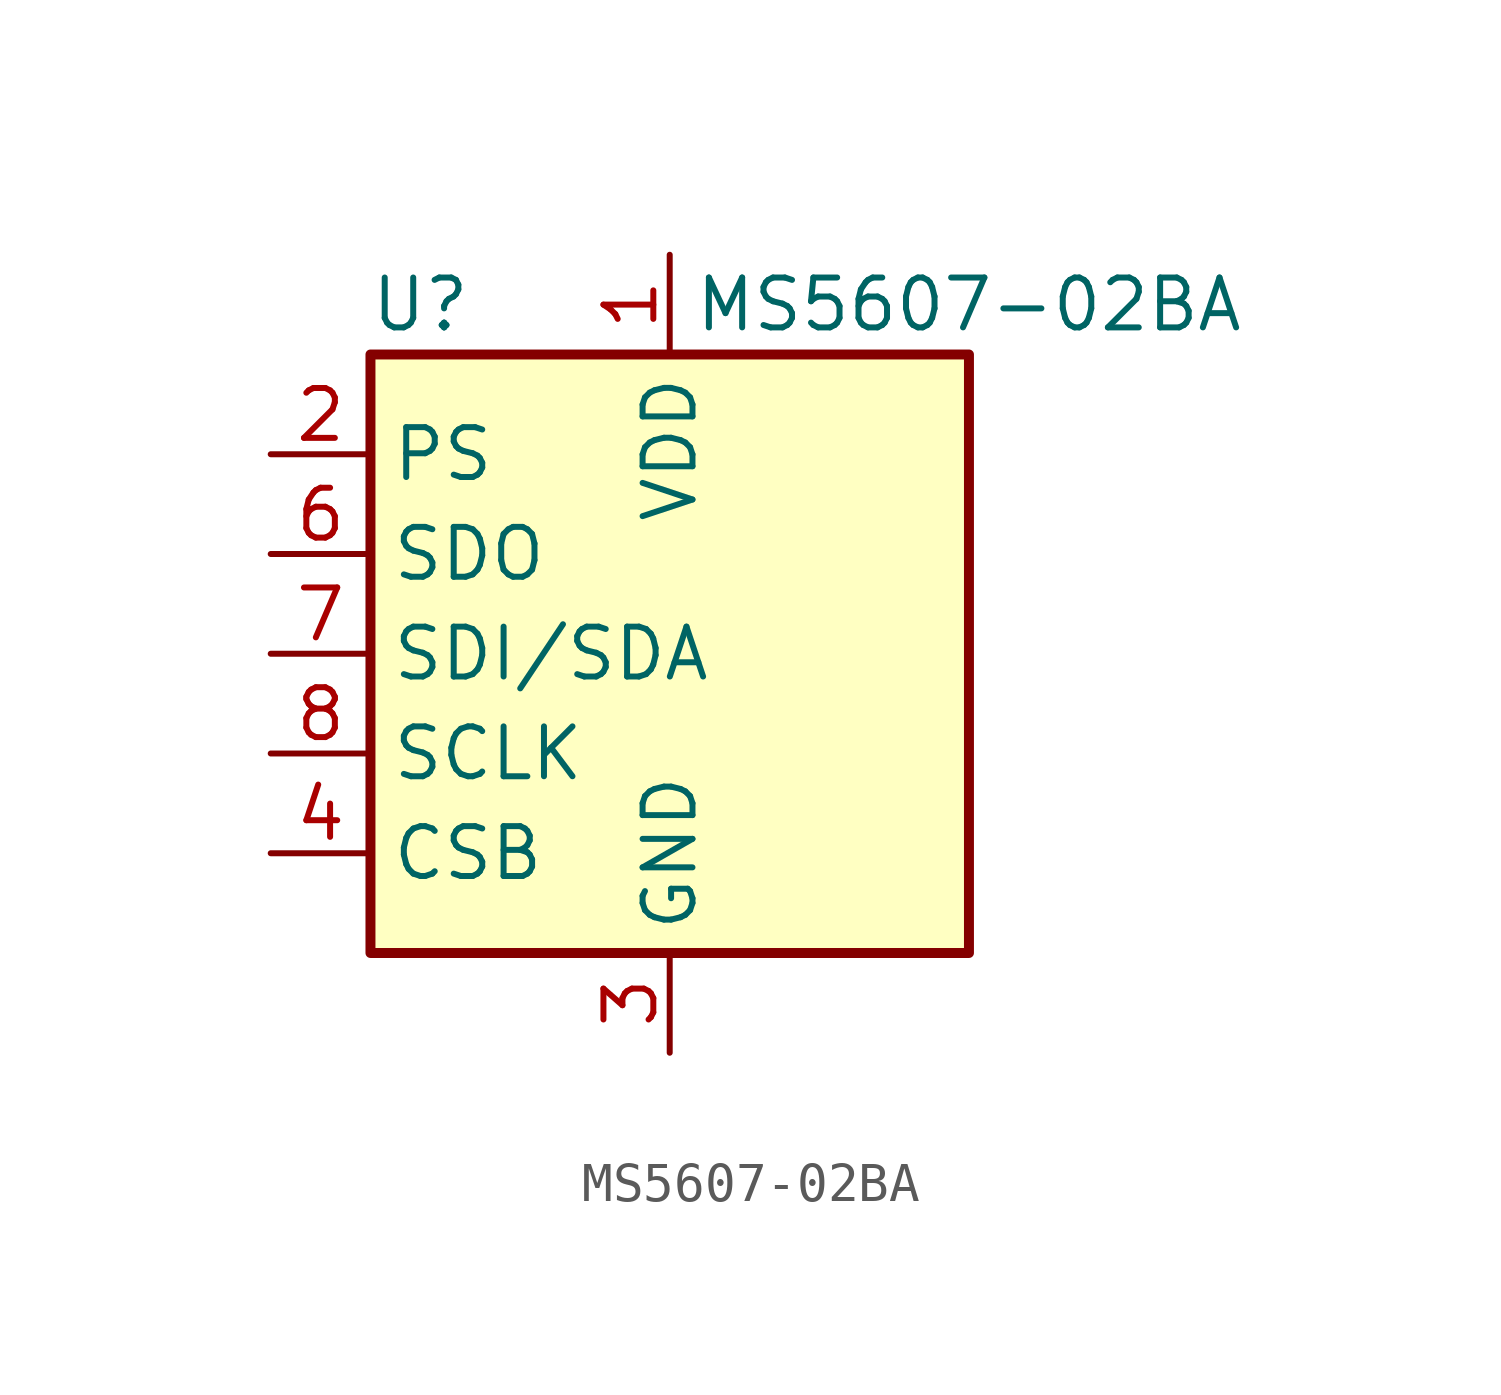
<source format=kicad_sym>
(kicad_symbol_lib
  (version 20220914)
  (generator kicad_symbol_editor)
  (symbol "MS5607-02BA"
    (property "Reference" "U"
      (at -6.35 8.89 0)
      (effects (font (size 1.27 1.27))))
    (property "Value" "MS5607-02BA"
      (at 7.62 8.89 0)
      (effects (font (size 1.27 1.27))))
    (symbol "MS5607-02BA_0_1"
      (rectangle (start -7.62 7.62) (end 7.62 -7.62) (stroke (width 0.254) (type default)) (fill (type background))))
    (symbol "MS5607-02BA_1_1"
      (pin power_in line (at 0 10.16 270) (length 2.54) (name "VDD" (effects (font (size 1.27 1.27)))) (number "1" (effects (font (size 1.27 1.27)))))
      (pin input line (at -10.16 5.08 0) (length 2.54) (name "PS" (effects (font (size 1.27 1.27)))) (number "2" (effects (font (size 1.27 1.27)))))
      (pin power_in line (at 0 -10.16 90) (length 2.54) (name "GND" (effects (font (size 1.27 1.27)))) (number "3" (effects (font (size 1.27 1.27)))))
      (pin input line (at -10.16 -5.08 0) (length 2.54) (name "CSB" (effects (font (size 1.27 1.27)))) (number "4" (effects (font (size 1.27 1.27)))))
      (pin input line (at -10.16 -5.08 0) (length 2.54) hide (name "CSB" (effects (font (size 1.27 1.27)))) (number "5" (effects (font (size 1.27 1.27)))))
      (pin output line (at -10.16 2.54 0) (length 2.54) (name "SDO" (effects (font (size 1.27 1.27)))) (number "6" (effects (font (size 1.27 1.27)))))
      (pin bidirectional line (at -10.16 0 0) (length 2.54) (name "SDI/SDA" (effects (font (size 1.27 1.27)))) (number "7" (effects (font (size 1.27 1.27)))))
      (pin input line (at -10.16 -2.54 0) (length 2.54) (name "SCLK" (effects (font (size 1.27 1.27)))) (number "8" (effects (font (size 1.27 1.27))))))))
</source>
